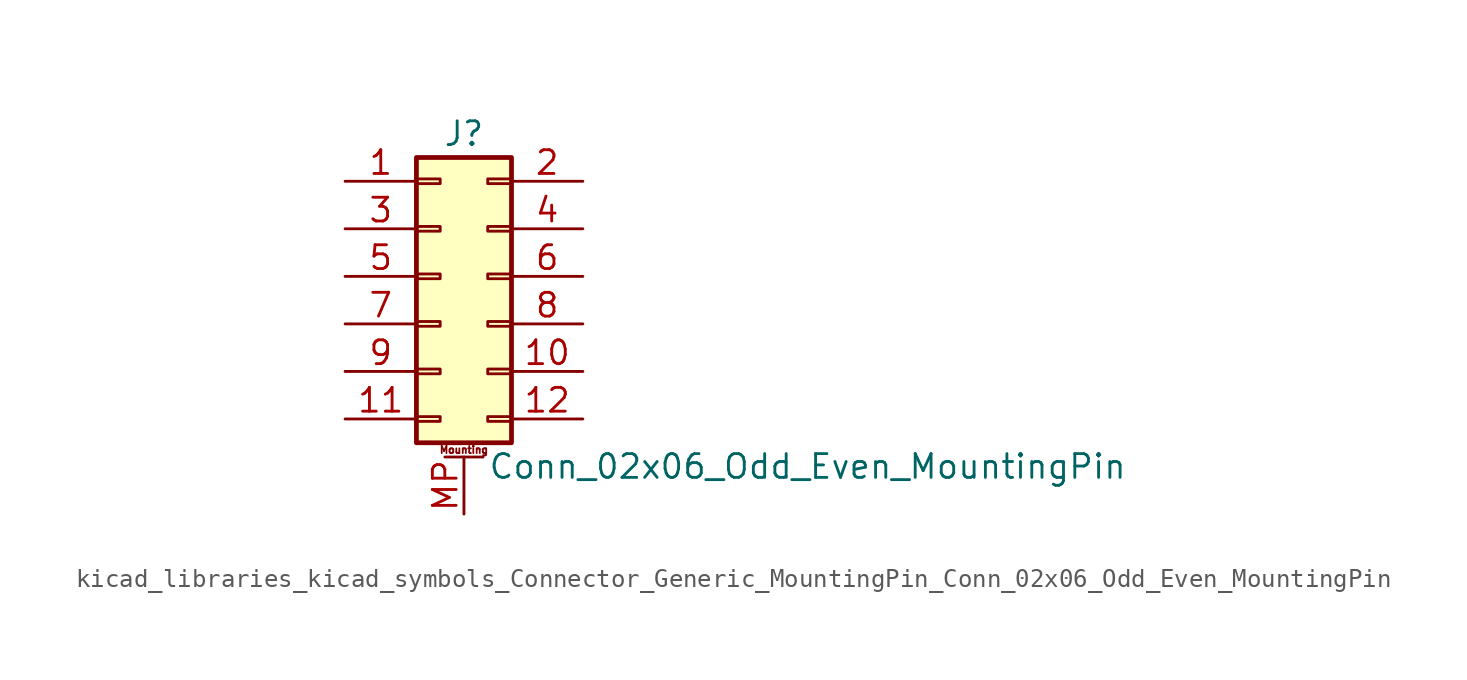
<source format=kicad_sym>
(kicad_symbol_lib
  (version 20220914)
  (generator kicad_symbol_editor)
  (symbol "kicad_libraries_kicad_symbols_Connector_Generic_MountingPin_Conn_02x06_Odd_Even_MountingPin"
    (pin_names
      (offset 1.016) hide)
    (property "Reference" "J"
      (at 1.27 7.62 0)
      (effects (font (size 1.27 1.27))))
    (property "Value" "Conn_02x06_Odd_Even_MountingPin"
      (at 2.54 -10.16 0)
      (effects (font (size 1.27 1.27)) (justify left)))
    (symbol "kicad_libraries_kicad_symbols_Connector_Generic_MountingPin_Conn_02x06_Odd_Even_MountingPin_1_1"
      (rectangle (start -1.27 -7.493) (end 0 -7.747) (stroke (width 0.152) (type default)) (fill (type none)))
      (rectangle (start -1.27 -4.953) (end 0 -5.207) (stroke (width 0.152) (type default)) (fill (type none)))
      (rectangle (start -1.27 -2.413) (end 0 -2.667) (stroke (width 0.152) (type default)) (fill (type none)))
      (rectangle (start -1.27 0.127) (end 0 -0.127) (stroke (width 0.152) (type default)) (fill (type none)))
      (rectangle (start -1.27 2.667) (end 0 2.413) (stroke (width 0.152) (type default)) (fill (type none)))
      (rectangle (start -1.27 5.207) (end 0 4.953) (stroke (width 0.152) (type default)) (fill (type none)))
      (rectangle (start -1.27 6.35) (end 3.81 -8.89) (stroke (width 0.254) (type default)) (fill (type background)))
      (polyline (pts (xy 0.254 -9.652) (xy 2.286 -9.652)) (stroke (width 0.152) (type default)) (fill (type none)))
      (rectangle (start 3.81 -7.493) (end 2.54 -7.747) (stroke (width 0.152) (type default)) (fill (type none)))
      (rectangle (start 3.81 -4.953) (end 2.54 -5.207) (stroke (width 0.152) (type default)) (fill (type none)))
      (rectangle (start 3.81 -2.413) (end 2.54 -2.667) (stroke (width 0.152) (type default)) (fill (type none)))
      (rectangle (start 3.81 0.127) (end 2.54 -0.127) (stroke (width 0.152) (type default)) (fill (type none)))
      (rectangle (start 3.81 2.667) (end 2.54 2.413) (stroke (width 0.152) (type default)) (fill (type none)))
      (rectangle (start 3.81 5.207) (end 2.54 4.953) (stroke (width 0.152) (type default)) (fill (type none)))
      (text "Mounting" (at 1.27 -9.271 0) (effects (font (size 0.381 0.381))))
      (pin passive line (at -5.08 5.08 0) (length 3.81) (name "Pin_1" (effects (font (size 1.27 1.27)))) (number "1" (effects (font (size 1.27 1.27)))))
      (pin passive line (at 7.62 -5.08 180) (length 3.81) (name "Pin_10" (effects (font (size 1.27 1.27)))) (number "10" (effects (font (size 1.27 1.27)))))
      (pin passive line (at -5.08 -7.62 0) (length 3.81) (name "Pin_11" (effects (font (size 1.27 1.27)))) (number "11" (effects (font (size 1.27 1.27)))))
      (pin passive line (at 7.62 -7.62 180) (length 3.81) (name "Pin_12" (effects (font (size 1.27 1.27)))) (number "12" (effects (font (size 1.27 1.27)))))
      (pin passive line (at 7.62 5.08 180) (length 3.81) (name "Pin_2" (effects (font (size 1.27 1.27)))) (number "2" (effects (font (size 1.27 1.27)))))
      (pin passive line (at -5.08 2.54 0) (length 3.81) (name "Pin_3" (effects (font (size 1.27 1.27)))) (number "3" (effects (font (size 1.27 1.27)))))
      (pin passive line (at 7.62 2.54 180) (length 3.81) (name "Pin_4" (effects (font (size 1.27 1.27)))) (number "4" (effects (font (size 1.27 1.27)))))
      (pin passive line (at -5.08 0 0) (length 3.81) (name "Pin_5" (effects (font (size 1.27 1.27)))) (number "5" (effects (font (size 1.27 1.27)))))
      (pin passive line (at 7.62 0 180) (length 3.81) (name "Pin_6" (effects (font (size 1.27 1.27)))) (number "6" (effects (font (size 1.27 1.27)))))
      (pin passive line (at -5.08 -2.54 0) (length 3.81) (name "Pin_7" (effects (font (size 1.27 1.27)))) (number "7" (effects (font (size 1.27 1.27)))))
      (pin passive line (at 7.62 -2.54 180) (length 3.81) (name "Pin_8" (effects (font (size 1.27 1.27)))) (number "8" (effects (font (size 1.27 1.27)))))
      (pin passive line (at -5.08 -5.08 0) (length 3.81) (name "Pin_9" (effects (font (size 1.27 1.27)))) (number "9" (effects (font (size 1.27 1.27)))))
      (pin passive line (at 1.27 -12.7 90) (length 3.048) (name "MountPin" (effects (font (size 1.27 1.27)))) (number "MP" (effects (font (size 1.27 1.27))))))))
</source>
